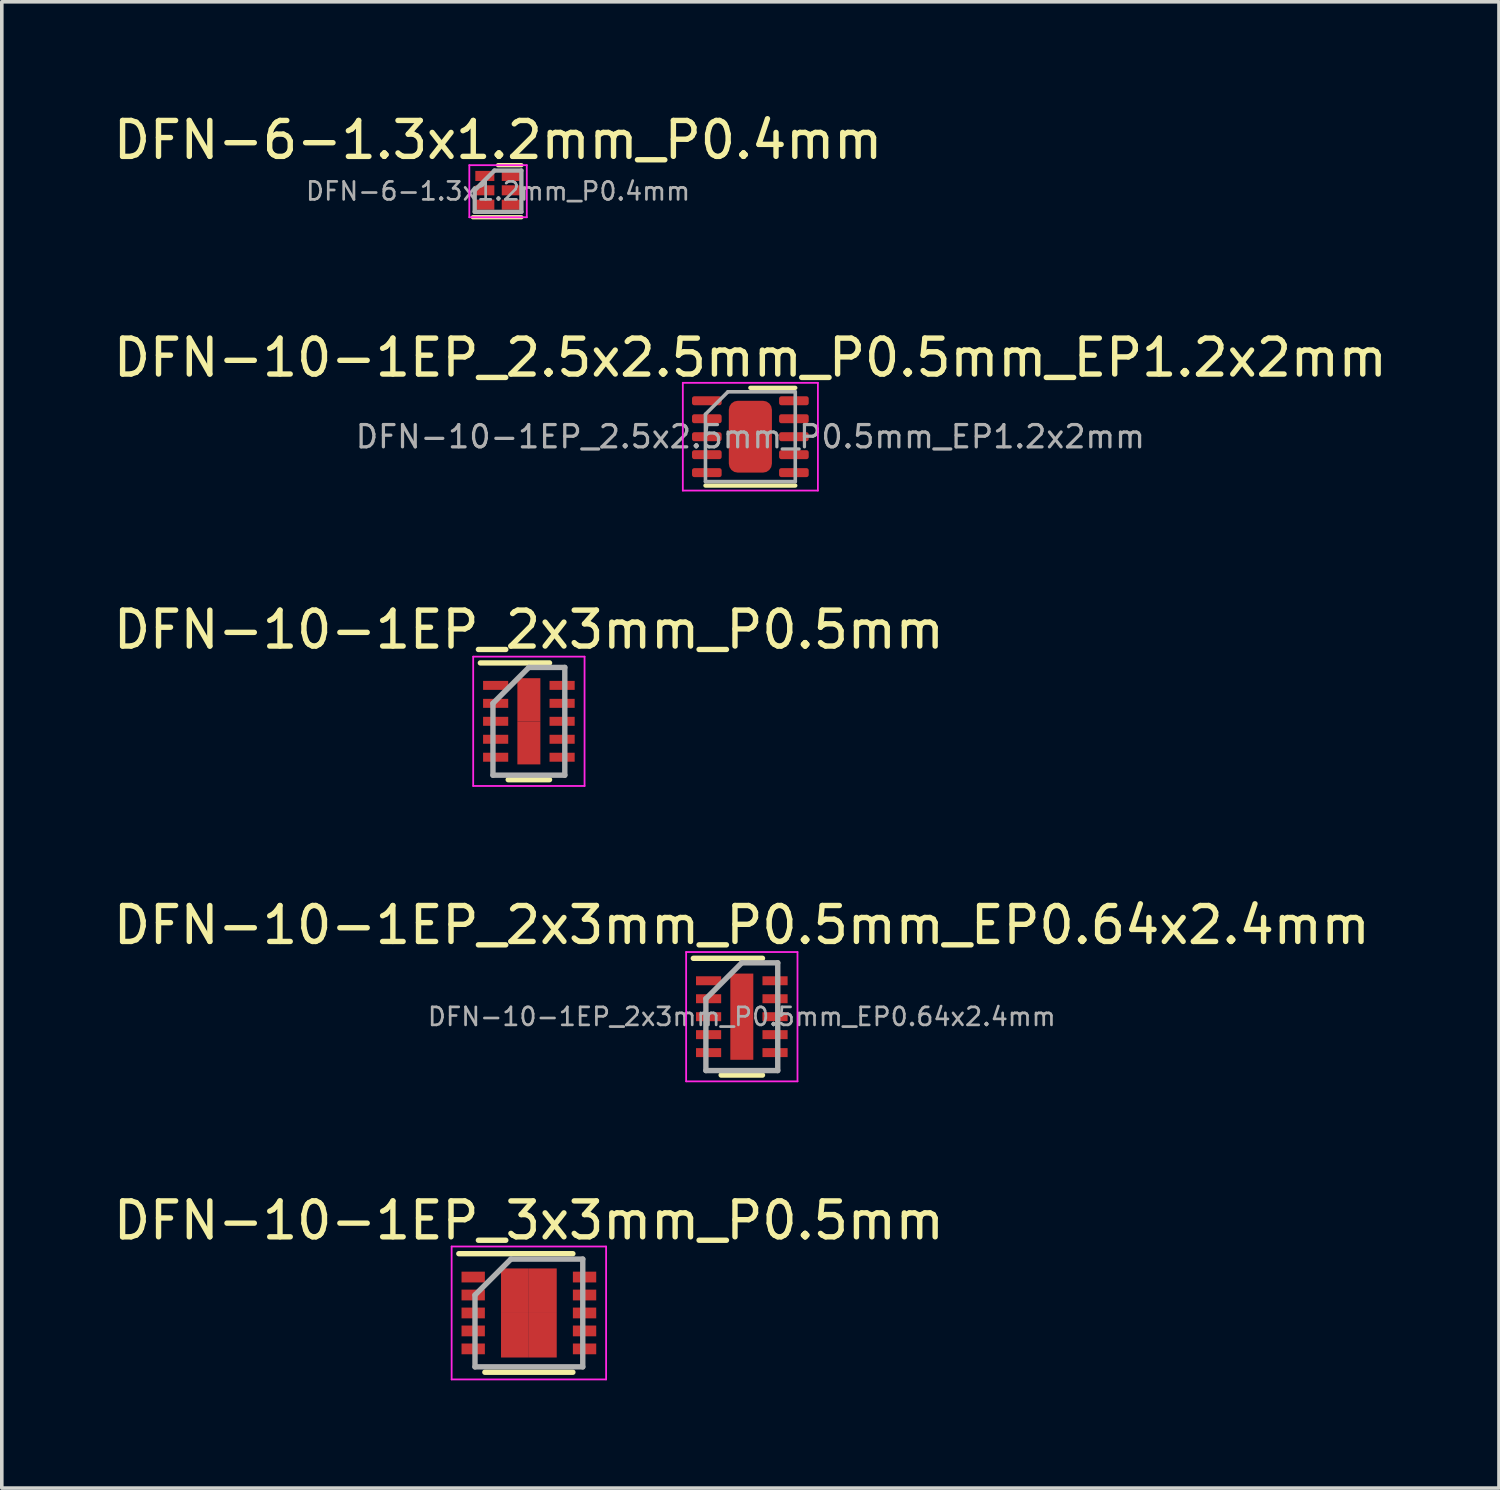
<source format=kicad_pcb>
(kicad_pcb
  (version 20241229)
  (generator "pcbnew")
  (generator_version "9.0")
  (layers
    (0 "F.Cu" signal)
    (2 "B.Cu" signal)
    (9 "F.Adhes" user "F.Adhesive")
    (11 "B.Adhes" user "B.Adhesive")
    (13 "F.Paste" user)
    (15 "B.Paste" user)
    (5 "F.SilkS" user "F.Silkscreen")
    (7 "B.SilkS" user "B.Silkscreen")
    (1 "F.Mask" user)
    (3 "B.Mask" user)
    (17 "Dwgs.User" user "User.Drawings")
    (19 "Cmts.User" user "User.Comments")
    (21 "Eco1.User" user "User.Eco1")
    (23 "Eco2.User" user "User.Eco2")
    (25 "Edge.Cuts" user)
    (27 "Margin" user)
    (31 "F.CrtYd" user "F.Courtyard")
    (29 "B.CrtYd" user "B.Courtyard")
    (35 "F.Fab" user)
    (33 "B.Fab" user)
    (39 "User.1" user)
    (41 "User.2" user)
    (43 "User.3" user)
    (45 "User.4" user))
  (footprint "DFN-10-1EP_3x3mm_P0.5mm"
    (layer "F.Cu")
    (at 11.673 33.501)
    (property "Reference" "DFN-10-1EP_3x3mm_P0.5mm" (at 0 -2.575 0) (layer "F.SilkS") (effects (font (size 1 1) (thickness 0.15))))
    (attr smd)
    (fp_line (start -1.95 -1.65) (end 1.225 -1.65) (stroke (width 0.15) (type solid)) (layer "F.SilkS"))
    (fp_line (start -1.225 1.65) (end 1.225 1.65) (stroke (width 0.15) (type solid)) (layer "F.SilkS"))
    (fp_line (start -2.15 -1.85) (end -2.15 1.85) (stroke (width 0.05) (type solid)) (layer "F.CrtYd"))
    (fp_line (start -2.15 -1.85) (end 2.15 -1.85) (stroke (width 0.05) (type solid)) (layer "F.CrtYd"))
    (fp_line (start -2.15 1.85) (end 2.15 1.85) (stroke (width 0.05) (type solid)) (layer "F.CrtYd"))
    (fp_line (start 2.15 -1.85) (end 2.15 1.85) (stroke (width 0.05) (type solid)) (layer "F.CrtYd"))
    (fp_line (start -1.5 -0.5) (end -0.5 -1.5) (stroke (width 0.15) (type solid)) (layer "F.Fab"))
    (fp_line (start -1.5 1.5) (end -1.5 -0.5) (stroke (width 0.15) (type solid)) (layer "F.Fab"))
    (fp_line (start -0.5 -1.5) (end 1.5 -1.5) (stroke (width 0.15) (type solid)) (layer "F.Fab"))
    (fp_line (start 1.5 -1.5) (end 1.5 1.5) (stroke (width 0.15) (type solid)) (layer "F.Fab"))
    (fp_line (start 1.5 1.5) (end -1.5 1.5) (stroke (width 0.15) (type solid)) (layer "F.Fab"))
    (pad "1" smd rect (at -1.55 -1) (size 0.65 0.3) (layers "F.Cu" "F.Mask" "F.Paste"))
    (pad "2" smd rect (at -1.55 -0.5) (size 0.65 0.3) (layers "F.Cu" "F.Mask" "F.Paste"))
    (pad "3" smd rect (at -1.55 0) (size 0.65 0.3) (layers "F.Cu" "F.Mask" "F.Paste"))
    (pad "4" smd rect (at -1.55 0.5) (size 0.65 0.3) (layers "F.Cu" "F.Mask" "F.Paste"))
    (pad "5" smd rect (at -1.55 1) (size 0.65 0.3) (layers "F.Cu" "F.Mask" "F.Paste"))
    (pad "6" smd rect (at 1.55 1) (size 0.65 0.3) (layers "F.Cu" "F.Mask" "F.Paste"))
    (pad "7" smd rect (at 1.55 0.5) (size 0.65 0.3) (layers "F.Cu" "F.Mask" "F.Paste"))
    (pad "8" smd rect (at 1.55 0) (size 0.65 0.3) (layers "F.Cu" "F.Mask" "F.Paste"))
    (pad "9" smd rect (at 1.55 -0.5) (size 0.65 0.3) (layers "F.Cu" "F.Mask" "F.Paste"))
    (pad "10" smd rect (at 1.55 -1) (size 0.65 0.3) (layers "F.Cu" "F.Mask" "F.Paste"))
    (pad "11" smd rect (at -0.388 -0.62) (size 0.775 1.24) (layers "F.Cu" "F.Mask" "F.Paste"))
    (pad "11" smd rect (at -0.388 0.62) (size 0.775 1.24) (layers "F.Cu" "F.Mask" "F.Paste"))
    (pad "11" smd rect (at 0.388 -0.62) (size 0.775 1.24) (layers "F.Cu" "F.Mask" "F.Paste"))
    (pad "11" smd rect (at 0.388 0.62) (size 0.775 1.24) (layers "F.Cu" "F.Mask" "F.Paste")))
  (footprint "DFN-6-1.3x1.2mm_P0.4mm"
    (layer "F.Cu")
    (at 10.815 2.248)
    (property "Reference" "DFN-6-1.3x1.2mm_P0.4mm" (at 0 -1.4 0) (layer "F.SilkS") (effects (font (size 1 1) (thickness 0.15))))
    (attr smd)
    (fp_line (start -0.7 0.75) (end 0.65 0.75) (stroke (width 0.12) (type solid)) (layer "F.SilkS"))
    (fp_line (start 0 -0.7) (end 0.65 -0.7) (stroke (width 0.12) (type solid)) (layer "F.SilkS"))
    (fp_line (start -0.8 -0.7) (end -0.8 0.75) (stroke (width 0.05) (type solid)) (layer "F.CrtYd"))
    (fp_line (start -0.8 -0.7) (end 0.8 -0.7) (stroke (width 0.05) (type solid)) (layer "F.CrtYd"))
    (fp_line (start 0.8 0.75) (end -0.8 0.75) (stroke (width 0.05) (type solid)) (layer "F.CrtYd"))
    (fp_line (start 0.8 0.75) (end 0.8 -0.7) (stroke (width 0.05) (type solid)) (layer "F.CrtYd"))
    (fp_line (start -0.65 0) (end -0.65 0.6) (stroke (width 0.12) (type solid)) (layer "F.Fab"))
    (fp_line (start -0.65 0.6) (end 0.65 0.6) (stroke (width 0.12) (type solid)) (layer "F.Fab"))
    (fp_line (start -0.1 -0.55) (end -0.65 0) (stroke (width 0.12) (type solid)) (layer "F.Fab"))
    (fp_line (start 0.65 -0.55) (end -0.1 -0.55) (stroke (width 0.12) (type solid)) (layer "F.Fab"))
    (fp_line (start 0.65 0.6) (end 0.65 -0.55) (stroke (width 0.12) (type solid)) (layer "F.Fab"))
    (fp_text user "${REFERENCE}" (at 0 0.025 0) (layer "F.Fab") (effects (font (size 0.5 0.5) (thickness 0.075))))
    (pad "1" smd rect (at -0.368 -0.4) (size 0.53 0.28) (layers "F.Cu" "F.Mask" "F.Paste"))
    (pad "2" smd rect (at -0.368 0) (size 0.53 0.28) (layers "F.Cu" "F.Mask" "F.Paste"))
    (pad "3" smd rect (at -0.368 0.4) (size 0.53 0.28) (layers "F.Cu" "F.Mask" "F.Paste"))
    (pad "4" smd rect (at 0.368 0.4) (size 0.53 0.28) (layers "F.Cu" "F.Mask" "F.Paste"))
    (pad "5" smd rect (at 0.368 0) (size 0.53 0.28) (layers "F.Cu" "F.Mask" "F.Paste"))
    (pad "6" smd rect (at 0.368 -0.4) (size 0.53 0.28) (layers "F.Cu" "F.Mask" "F.Paste")))
  (footprint "DFN-10-1EP_2x3mm_P0.5mm"
    (layer "F.Cu")
    (at 11.673 17.03)
    (property "Reference" "DFN-10-1EP_2x3mm_P0.5mm" (at 0 -2.55 0) (layer "F.SilkS") (effects (font (size 1 1) (thickness 0.15))))
    (attr smd)
    (fp_line (start -1.35 -1.625) (end 0.575 -1.625) (stroke (width 0.15) (type solid)) (layer "F.SilkS"))
    (fp_line (start -0.575 1.625) (end 0.575 1.625) (stroke (width 0.15) (type solid)) (layer "F.SilkS"))
    (fp_line (start -1.55 -1.8) (end -1.55 1.8) (stroke (width 0.05) (type solid)) (layer "F.CrtYd"))
    (fp_line (start -1.55 -1.8) (end 1.55 -1.8) (stroke (width 0.05) (type solid)) (layer "F.CrtYd"))
    (fp_line (start -1.55 1.8) (end 1.55 1.8) (stroke (width 0.05) (type solid)) (layer "F.CrtYd"))
    (fp_line (start 1.55 -1.8) (end 1.55 1.8) (stroke (width 0.05) (type solid)) (layer "F.CrtYd"))
    (fp_line (start -1 -0.5) (end 0 -1.5) (stroke (width 0.15) (type solid)) (layer "F.Fab"))
    (fp_line (start -1 1.5) (end -1 -0.5) (stroke (width 0.15) (type solid)) (layer "F.Fab"))
    (fp_line (start 0 -1.5) (end 1 -1.5) (stroke (width 0.15) (type solid)) (layer "F.Fab"))
    (fp_line (start 1 -1.5) (end 1 1.5) (stroke (width 0.15) (type solid)) (layer "F.Fab"))
    (fp_line (start 1 1.5) (end -1 1.5) (stroke (width 0.15) (type solid)) (layer "F.Fab"))
    (pad "1" smd rect (at -0.925 -1) (size 0.7 0.25) (layers "F.Cu" "F.Mask" "F.Paste"))
    (pad "2" smd rect (at -0.925 -0.5) (size 0.7 0.25) (layers "F.Cu" "F.Mask" "F.Paste"))
    (pad "3" smd rect (at -0.925 0) (size 0.7 0.25) (layers "F.Cu" "F.Mask" "F.Paste"))
    (pad "4" smd rect (at -0.925 0.5) (size 0.7 0.25) (layers "F.Cu" "F.Mask" "F.Paste"))
    (pad "5" smd rect (at -0.925 1) (size 0.7 0.25) (layers "F.Cu" "F.Mask" "F.Paste"))
    (pad "6" smd rect (at 0.925 1) (size 0.7 0.25) (layers "F.Cu" "F.Mask" "F.Paste"))
    (pad "7" smd rect (at 0.925 0.5) (size 0.7 0.25) (layers "F.Cu" "F.Mask" "F.Paste"))
    (pad "8" smd rect (at 0.925 0) (size 0.7 0.25) (layers "F.Cu" "F.Mask" "F.Paste"))
    (pad "9" smd rect (at 0.925 -0.5) (size 0.7 0.25) (layers "F.Cu" "F.Mask" "F.Paste"))
    (pad "10" smd rect (at 0.925 -1) (size 0.7 0.25) (layers "F.Cu" "F.Mask" "F.Paste"))
    (pad "11" smd rect (at 0 -0.6) (size 0.64 1.2) (layers "F.Cu" "F.Mask" "F.Paste"))
    (pad "11" smd rect (at 0 0.6) (size 0.64 1.2) (layers "F.Cu" "F.Mask" "F.Paste")))
  (footprint "DFN-10-1EP_2.5x2.5mm_P0.5mm_EP1.2x2mm"
    (layer "F.Cu")
    (at 17.839 9.107)
    (property "Reference" "DFN-10-1EP_2.5x2.5mm_P0.5mm_EP1.2x2mm" (at 0 -2.2 0) (layer "F.SilkS") (effects (font (size 1 1) (thickness 0.15))))
    (attr smd)
    (fp_line (start -1.25 1.36) (end 1.25 1.36) (stroke (width 0.12) (type solid)) (layer "F.SilkS"))
    (fp_line (start 0 -1.36) (end 1.25 -1.36) (stroke (width 0.12) (type solid)) (layer "F.SilkS"))
    (fp_line (start -1.88 -1.5) (end -1.88 1.5) (stroke (width 0.05) (type solid)) (layer "F.CrtYd"))
    (fp_line (start -1.88 1.5) (end 1.88 1.5) (stroke (width 0.05) (type solid)) (layer "F.CrtYd"))
    (fp_line (start 1.88 -1.5) (end -1.88 -1.5) (stroke (width 0.05) (type solid)) (layer "F.CrtYd"))
    (fp_line (start 1.88 1.5) (end 1.88 -1.5) (stroke (width 0.05) (type solid)) (layer "F.CrtYd"))
    (fp_line (start -1.25 -0.625) (end -0.625 -1.25) (stroke (width 0.1) (type solid)) (layer "F.Fab"))
    (fp_line (start -1.25 1.25) (end -1.25 -0.625) (stroke (width 0.1) (type solid)) (layer "F.Fab"))
    (fp_line (start -0.625 -1.25) (end 1.25 -1.25) (stroke (width 0.1) (type solid)) (layer "F.Fab"))
    (fp_line (start 1.25 -1.25) (end 1.25 1.25) (stroke (width 0.1) (type solid)) (layer "F.Fab"))
    (fp_line (start 1.25 1.25) (end -1.25 1.25) (stroke (width 0.1) (type solid)) (layer "F.Fab"))
    (fp_text user "${REFERENCE}" (at 0 0 0) (layer "F.Fab") (effects (font (size 0.62 0.62) (thickness 0.09))))
    (pad "" smd roundrect (at -0.3 -0.5) (size 0.48 0.81) (layers "F.Paste") (roundrect_rratio 0.25))
    (pad "" smd roundrect (at -0.3 0.5) (size 0.48 0.81) (layers "F.Paste") (roundrect_rratio 0.25))
    (pad "" smd roundrect (at 0.3 -0.5) (size 0.48 0.81) (layers "F.Paste") (roundrect_rratio 0.25))
    (pad "" smd roundrect (at 0.3 0.5) (size 0.48 0.81) (layers "F.Paste") (roundrect_rratio 0.25))
    (pad "1" smd roundrect (at -1.212 -1) (size 0.825 0.25) (layers "F.Cu" "F.Mask" "F.Paste") (roundrect_rratio 0.25))
    (pad "2" smd roundrect (at -1.212 -0.5) (size 0.825 0.25) (layers "F.Cu" "F.Mask" "F.Paste") (roundrect_rratio 0.25))
    (pad "3" smd roundrect (at -1.212 0) (size 0.825 0.25) (layers "F.Cu" "F.Mask" "F.Paste") (roundrect_rratio 0.25))
    (pad "4" smd roundrect (at -1.212 0.5) (size 0.825 0.25) (layers "F.Cu" "F.Mask" "F.Paste") (roundrect_rratio 0.25))
    (pad "5" smd roundrect (at -1.212 1) (size 0.825 0.25) (layers "F.Cu" "F.Mask" "F.Paste") (roundrect_rratio 0.25))
    (pad "6" smd roundrect (at 1.212 1) (size 0.825 0.25) (layers "F.Cu" "F.Mask" "F.Paste") (roundrect_rratio 0.25))
    (pad "7" smd roundrect (at 1.212 0.5) (size 0.825 0.25) (layers "F.Cu" "F.Mask" "F.Paste") (roundrect_rratio 0.25))
    (pad "8" smd roundrect (at 1.212 0) (size 0.825 0.25) (layers "F.Cu" "F.Mask" "F.Paste") (roundrect_rratio 0.25))
    (pad "9" smd roundrect (at 1.212 -0.5) (size 0.825 0.25) (layers "F.Cu" "F.Mask" "F.Paste") (roundrect_rratio 0.25))
    (pad "10" smd roundrect (at 1.212 -1) (size 0.825 0.25) (layers "F.Cu" "F.Mask" "F.Paste") (roundrect_rratio 0.25))
    (pad "11" smd roundrect (at 0 0) (size 1.2 2) (layers "F.Cu" "F.Mask") (roundrect_rratio 0.208)))
  (footprint "DFN-10-1EP_2x3mm_P0.5mm_EP0.64x2.4mm"
    (layer "F.Cu")
    (at 17.601 25.253)
    (property "Reference" "DFN-10-1EP_2x3mm_P0.5mm_EP0.64x2.4mm" (at 0 -2.55 0) (layer "F.SilkS") (effects (font (size 1 1) (thickness 0.15))))
    (attr smd)
    (fp_line (start -1.35 -1.625) (end 0.575 -1.625) (stroke (width 0.15) (type solid)) (layer "F.SilkS"))
    (fp_line (start -0.575 1.625) (end 0.575 1.625) (stroke (width 0.15) (type solid)) (layer "F.SilkS"))
    (fp_line (start -1.55 -1.8) (end -1.55 1.8) (stroke (width 0.05) (type solid)) (layer "F.CrtYd"))
    (fp_line (start -1.55 -1.8) (end 1.55 -1.8) (stroke (width 0.05) (type solid)) (layer "F.CrtYd"))
    (fp_line (start -1.55 1.8) (end 1.55 1.8) (stroke (width 0.05) (type solid)) (layer "F.CrtYd"))
    (fp_line (start 1.55 -1.8) (end 1.55 1.8) (stroke (width 0.05) (type solid)) (layer "F.CrtYd"))
    (fp_line (start -1 -0.5) (end 0 -1.5) (stroke (width 0.15) (type solid)) (layer "F.Fab"))
    (fp_line (start -1 1.5) (end -1 -0.5) (stroke (width 0.15) (type solid)) (layer "F.Fab"))
    (fp_line (start 0 -1.5) (end 1 -1.5) (stroke (width 0.15) (type solid)) (layer "F.Fab"))
    (fp_line (start 1 -1.5) (end 1 1.5) (stroke (width 0.15) (type solid)) (layer "F.Fab"))
    (fp_line (start 1 1.5) (end -1 1.5) (stroke (width 0.15) (type solid)) (layer "F.Fab"))
    (fp_text user "${REFERENCE}" (at 0 0 0) (layer "F.Fab") (effects (font (size 0.5 0.5) (thickness 0.075))))
    (pad "" smd rect (at 0 -0.6) (size 0.5 1) (layers "F.Paste"))
    (pad "" smd rect (at 0 0.6) (size 0.5 1) (layers "F.Paste"))
    (pad "1" smd rect (at -0.925 -1) (size 0.7 0.25) (layers "F.Cu" "F.Mask" "F.Paste"))
    (pad "2" smd rect (at -0.925 -0.5) (size 0.7 0.25) (layers "F.Cu" "F.Mask" "F.Paste"))
    (pad "3" smd rect (at -0.925 0) (size 0.7 0.25) (layers "F.Cu" "F.Mask" "F.Paste"))
    (pad "4" smd rect (at -0.925 0.5) (size 0.7 0.25) (layers "F.Cu" "F.Mask" "F.Paste"))
    (pad "5" smd rect (at -0.925 1) (size 0.7 0.25) (layers "F.Cu" "F.Mask" "F.Paste"))
    (pad "6" smd rect (at 0.925 1) (size 0.7 0.25) (layers "F.Cu" "F.Mask" "F.Paste"))
    (pad "7" smd rect (at 0.925 0.5) (size 0.7 0.25) (layers "F.Cu" "F.Mask" "F.Paste"))
    (pad "8" smd rect (at 0.925 0) (size 0.7 0.25) (layers "F.Cu" "F.Mask" "F.Paste"))
    (pad "9" smd rect (at 0.925 -0.5) (size 0.7 0.25) (layers "F.Cu" "F.Mask" "F.Paste"))
    (pad "10" smd rect (at 0.925 -1) (size 0.7 0.25) (layers "F.Cu" "F.Mask" "F.Paste"))
    (pad "11" smd rect (at 0 0) (size 0.64 2.4) (layers "F.Cu" "F.Mask")))
  (gr_rect
    (start -3 -3)
    (end 38.679 38.376)
    (stroke (width 0.1) (type default))
    (fill no)
    (layer "Edge.Cuts")))
</source>
